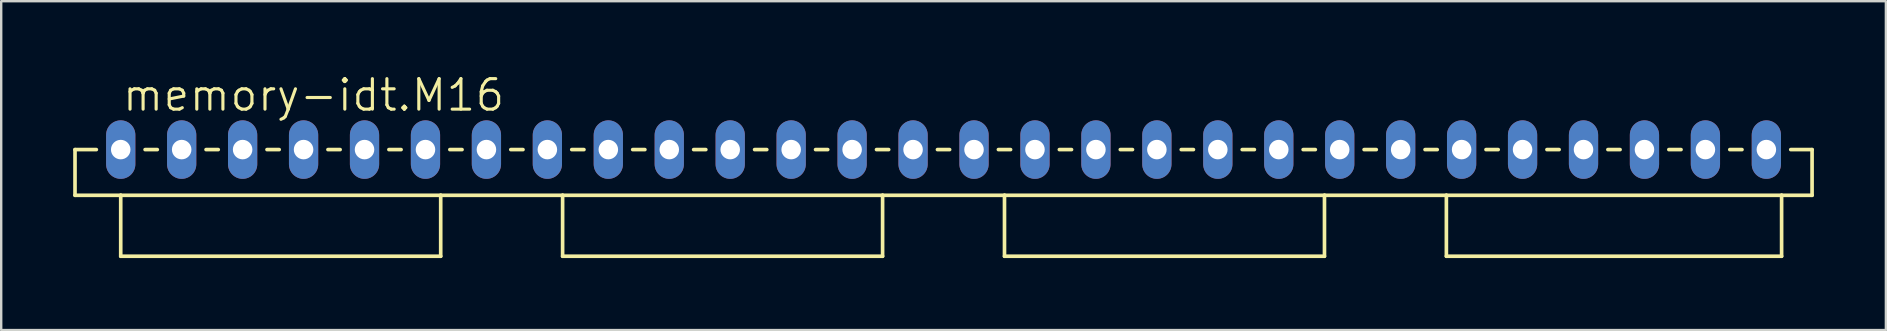
<source format=kicad_pcb>
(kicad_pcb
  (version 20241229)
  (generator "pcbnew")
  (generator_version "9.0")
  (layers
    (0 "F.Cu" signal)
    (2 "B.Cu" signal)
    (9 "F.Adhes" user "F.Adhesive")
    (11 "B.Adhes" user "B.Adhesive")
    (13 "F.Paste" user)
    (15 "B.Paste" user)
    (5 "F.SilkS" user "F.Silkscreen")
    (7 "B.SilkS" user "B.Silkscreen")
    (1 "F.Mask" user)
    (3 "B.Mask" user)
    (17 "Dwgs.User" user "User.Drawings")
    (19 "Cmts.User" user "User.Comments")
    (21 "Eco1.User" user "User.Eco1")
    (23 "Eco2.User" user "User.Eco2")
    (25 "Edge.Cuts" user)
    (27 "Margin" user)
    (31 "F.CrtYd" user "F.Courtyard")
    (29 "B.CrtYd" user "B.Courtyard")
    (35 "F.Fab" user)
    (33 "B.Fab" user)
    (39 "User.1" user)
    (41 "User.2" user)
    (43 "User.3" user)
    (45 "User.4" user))
  (footprint "memory-idt.M16"
    (layer "F.Cu")
    (at 36.271 4.454)
    (property "Reference" "memory-idt.M16" (at -34.29 -2.794 0) (layer "F.SilkS") (effects (font (size 1.27 1.27) (thickness 0.13)) (justify left bottom)))
    (attr through_hole)
    (fp_line (start -36.195 -1.27) (end -36.195 0.635) (stroke (width 0.152) (type default)) (layer "F.SilkS"))
    (fp_line (start -36.195 0.635) (end -34.29 0.635) (stroke (width 0.152) (type default)) (layer "F.SilkS"))
    (fp_line (start -35.306 -1.27) (end -36.195 -1.27) (stroke (width 0.152) (type default)) (layer "F.SilkS"))
    (fp_line (start -34.29 0.635) (end -34.29 3.175) (stroke (width 0.152) (type default)) (layer "F.SilkS"))
    (fp_line (start -34.29 0.635) (end -20.955 0.635) (stroke (width 0.152) (type default)) (layer "F.SilkS"))
    (fp_line (start -34.29 3.175) (end -20.955 3.175) (stroke (width 0.152) (type default)) (layer "F.SilkS"))
    (fp_line (start -33.274 -1.27) (end -32.766 -1.27) (stroke (width 0.152) (type default)) (layer "F.SilkS"))
    (fp_line (start -30.734 -1.27) (end -30.226 -1.27) (stroke (width 0.152) (type default)) (layer "F.SilkS"))
    (fp_line (start -28.194 -1.27) (end -27.686 -1.27) (stroke (width 0.152) (type default)) (layer "F.SilkS"))
    (fp_line (start -25.654 -1.27) (end -25.146 -1.27) (stroke (width 0.152) (type default)) (layer "F.SilkS"))
    (fp_line (start -23.114 -1.27) (end -22.606 -1.27) (stroke (width 0.152) (type default)) (layer "F.SilkS"))
    (fp_line (start -20.955 0.635) (end -15.875 0.635) (stroke (width 0.152) (type default)) (layer "F.SilkS"))
    (fp_line (start -20.955 3.175) (end -20.955 0.635) (stroke (width 0.152) (type default)) (layer "F.SilkS"))
    (fp_line (start -20.574 -1.27) (end -20.066 -1.27) (stroke (width 0.152) (type default)) (layer "F.SilkS"))
    (fp_line (start -18.034 -1.27) (end -17.526 -1.27) (stroke (width 0.152) (type default)) (layer "F.SilkS"))
    (fp_line (start -15.875 0.635) (end -15.875 3.175) (stroke (width 0.152) (type default)) (layer "F.SilkS"))
    (fp_line (start -15.875 0.635) (end -2.54 0.635) (stroke (width 0.152) (type default)) (layer "F.SilkS"))
    (fp_line (start -15.875 3.175) (end -2.54 3.175) (stroke (width 0.152) (type default)) (layer "F.SilkS"))
    (fp_line (start -15.494 -1.27) (end -14.986 -1.27) (stroke (width 0.152) (type default)) (layer "F.SilkS"))
    (fp_line (start -12.954 -1.27) (end -12.446 -1.27) (stroke (width 0.152) (type default)) (layer "F.SilkS"))
    (fp_line (start -10.414 -1.27) (end -9.906 -1.27) (stroke (width 0.152) (type default)) (layer "F.SilkS"))
    (fp_line (start -7.874 -1.27) (end -7.366 -1.27) (stroke (width 0.152) (type default)) (layer "F.SilkS"))
    (fp_line (start -5.334 -1.27) (end -4.826 -1.27) (stroke (width 0.152) (type default)) (layer "F.SilkS"))
    (fp_line (start -2.794 -1.27) (end -2.286 -1.27) (stroke (width 0.152) (type default)) (layer "F.SilkS"))
    (fp_line (start -2.54 0.635) (end 2.54 0.635) (stroke (width 0.152) (type default)) (layer "F.SilkS"))
    (fp_line (start -2.54 3.175) (end -2.54 0.635) (stroke (width 0.152) (type default)) (layer "F.SilkS"))
    (fp_line (start -0.254 -1.27) (end 0.254 -1.27) (stroke (width 0.152) (type default)) (layer "F.SilkS"))
    (fp_line (start 2.286 -1.27) (end 2.794 -1.27) (stroke (width 0.152) (type default)) (layer "F.SilkS"))
    (fp_line (start 2.54 0.635) (end 2.54 3.175) (stroke (width 0.152) (type default)) (layer "F.SilkS"))
    (fp_line (start 2.54 0.635) (end 15.875 0.635) (stroke (width 0.152) (type default)) (layer "F.SilkS"))
    (fp_line (start 2.54 3.175) (end 15.875 3.175) (stroke (width 0.152) (type default)) (layer "F.SilkS"))
    (fp_line (start 4.826 -1.27) (end 5.334 -1.27) (stroke (width 0.152) (type default)) (layer "F.SilkS"))
    (fp_line (start 7.366 -1.27) (end 7.874 -1.27) (stroke (width 0.152) (type default)) (layer "F.SilkS"))
    (fp_line (start 9.906 -1.27) (end 10.414 -1.27) (stroke (width 0.152) (type default)) (layer "F.SilkS"))
    (fp_line (start 12.446 -1.27) (end 12.954 -1.27) (stroke (width 0.152) (type default)) (layer "F.SilkS"))
    (fp_line (start 14.986 -1.27) (end 15.494 -1.27) (stroke (width 0.152) (type default)) (layer "F.SilkS"))
    (fp_line (start 15.875 0.635) (end 20.955 0.635) (stroke (width 0.152) (type default)) (layer "F.SilkS"))
    (fp_line (start 15.875 3.175) (end 15.875 0.635) (stroke (width 0.152) (type default)) (layer "F.SilkS"))
    (fp_line (start 17.526 -1.27) (end 18.034 -1.27) (stroke (width 0.152) (type default)) (layer "F.SilkS"))
    (fp_line (start 20.066 -1.27) (end 20.574 -1.27) (stroke (width 0.152) (type default)) (layer "F.SilkS"))
    (fp_line (start 20.955 0.635) (end 34.925 0.635) (stroke (width 0.152) (type default)) (layer "F.SilkS"))
    (fp_line (start 20.955 3.175) (end 20.955 0.635) (stroke (width 0.152) (type default)) (layer "F.SilkS"))
    (fp_line (start 22.606 -1.27) (end 23.114 -1.27) (stroke (width 0.152) (type default)) (layer "F.SilkS"))
    (fp_line (start 25.146 -1.27) (end 25.654 -1.27) (stroke (width 0.152) (type default)) (layer "F.SilkS"))
    (fp_line (start 27.686 -1.27) (end 28.194 -1.27) (stroke (width 0.152) (type default)) (layer "F.SilkS"))
    (fp_line (start 30.226 -1.27) (end 30.734 -1.27) (stroke (width 0.152) (type default)) (layer "F.SilkS"))
    (fp_line (start 32.766 -1.27) (end 33.274 -1.27) (stroke (width 0.152) (type default)) (layer "F.SilkS"))
    (fp_line (start 34.925 0.635) (end 34.925 3.175) (stroke (width 0.152) (type default)) (layer "F.SilkS"))
    (fp_line (start 34.925 0.635) (end 36.195 0.635) (stroke (width 0.152) (type default)) (layer "F.SilkS"))
    (fp_line (start 34.925 3.175) (end 20.955 3.175) (stroke (width 0.152) (type default)) (layer "F.SilkS"))
    (fp_line (start 35.306 -1.27) (end 36.195 -1.27) (stroke (width 0.152) (type default)) (layer "F.SilkS"))
    (fp_line (start 36.195 0.635) (end 36.195 -1.27) (stroke (width 0.152) (type default)) (layer "F.SilkS"))
    (pad "1" thru_hole oval (at -34.29 -1.27 90) (size 2.438 1.219) (drill 0.813) (layers "*.Cu" "*.Mask"))
    (pad "2" thru_hole oval (at -31.75 -1.27 90) (size 2.438 1.219) (drill 0.813) (layers "*.Cu" "*.Mask"))
    (pad "3" thru_hole oval (at -29.21 -1.27 90) (size 2.438 1.219) (drill 0.813) (layers "*.Cu" "*.Mask"))
    (pad "4" thru_hole oval (at -26.67 -1.27 90) (size 2.438 1.219) (drill 0.813) (layers "*.Cu" "*.Mask"))
    (pad "5" thru_hole oval (at -24.13 -1.27 90) (size 2.438 1.219) (drill 0.813) (layers "*.Cu" "*.Mask"))
    (pad "6" thru_hole oval (at -21.59 -1.27 90) (size 2.438 1.219) (drill 0.813) (layers "*.Cu" "*.Mask"))
    (pad "7" thru_hole oval (at -19.05 -1.27 90) (size 2.438 1.219) (drill 0.813) (layers "*.Cu" "*.Mask"))
    (pad "8" thru_hole oval (at -16.51 -1.27 90) (size 2.438 1.219) (drill 0.813) (layers "*.Cu" "*.Mask"))
    (pad "9" thru_hole oval (at -13.97 -1.27 90) (size 2.438 1.219) (drill 0.813) (layers "*.Cu" "*.Mask"))
    (pad "10" thru_hole oval (at -11.43 -1.27 90) (size 2.438 1.219) (drill 0.813) (layers "*.Cu" "*.Mask"))
    (pad "11" thru_hole oval (at -8.89 -1.27 90) (size 2.438 1.219) (drill 0.813) (layers "*.Cu" "*.Mask"))
    (pad "12" thru_hole oval (at -6.35 -1.27 90) (size 2.438 1.219) (drill 0.813) (layers "*.Cu" "*.Mask"))
    (pad "13" thru_hole oval (at -3.81 -1.27 90) (size 2.438 1.219) (drill 0.813) (layers "*.Cu" "*.Mask"))
    (pad "14" thru_hole oval (at -1.27 -1.27 90) (size 2.438 1.219) (drill 0.813) (layers "*.Cu" "*.Mask"))
    (pad "15" thru_hole oval (at 1.27 -1.27 90) (size 2.438 1.219) (drill 0.813) (layers "*.Cu" "*.Mask"))
    (pad "16" thru_hole oval (at 3.81 -1.27 90) (size 2.438 1.219) (drill 0.813) (layers "*.Cu" "*.Mask"))
    (pad "17" thru_hole oval (at 6.35 -1.27 90) (size 2.438 1.219) (drill 0.813) (layers "*.Cu" "*.Mask"))
    (pad "18" thru_hole oval (at 8.89 -1.27 90) (size 2.438 1.219) (drill 0.813) (layers "*.Cu" "*.Mask"))
    (pad "19" thru_hole oval (at 11.43 -1.27 90) (size 2.438 1.219) (drill 0.813) (layers "*.Cu" "*.Mask"))
    (pad "20" thru_hole oval (at 13.97 -1.27 90) (size 2.438 1.219) (drill 0.813) (layers "*.Cu" "*.Mask"))
    (pad "21" thru_hole oval (at 16.51 -1.27 90) (size 2.438 1.219) (drill 0.813) (layers "*.Cu" "*.Mask"))
    (pad "22" thru_hole oval (at 19.05 -1.27 90) (size 2.438 1.219) (drill 0.813) (layers "*.Cu" "*.Mask"))
    (pad "23" thru_hole oval (at 21.59 -1.27 90) (size 2.438 1.219) (drill 0.813) (layers "*.Cu" "*.Mask"))
    (pad "24" thru_hole oval (at 24.13 -1.27 90) (size 2.438 1.219) (drill 0.813) (layers "*.Cu" "*.Mask"))
    (pad "25" thru_hole oval (at 26.67 -1.27 90) (size 2.438 1.219) (drill 0.813) (layers "*.Cu" "*.Mask"))
    (pad "26" thru_hole oval (at 29.21 -1.27 90) (size 2.438 1.219) (drill 0.813) (layers "*.Cu" "*.Mask"))
    (pad "27" thru_hole oval (at 31.75 -1.27 90) (size 2.438 1.219) (drill 0.813) (layers "*.Cu" "*.Mask"))
    (pad "28" thru_hole oval (at 34.29 -1.27 90) (size 2.438 1.219) (drill 0.813) (layers "*.Cu" "*.Mask")))
  (gr_rect
    (start -3 -3)
    (end 75.542 10.705)
    (stroke (width 0.1) (type default))
    (fill no)
    (layer "Edge.Cuts")))
</source>
